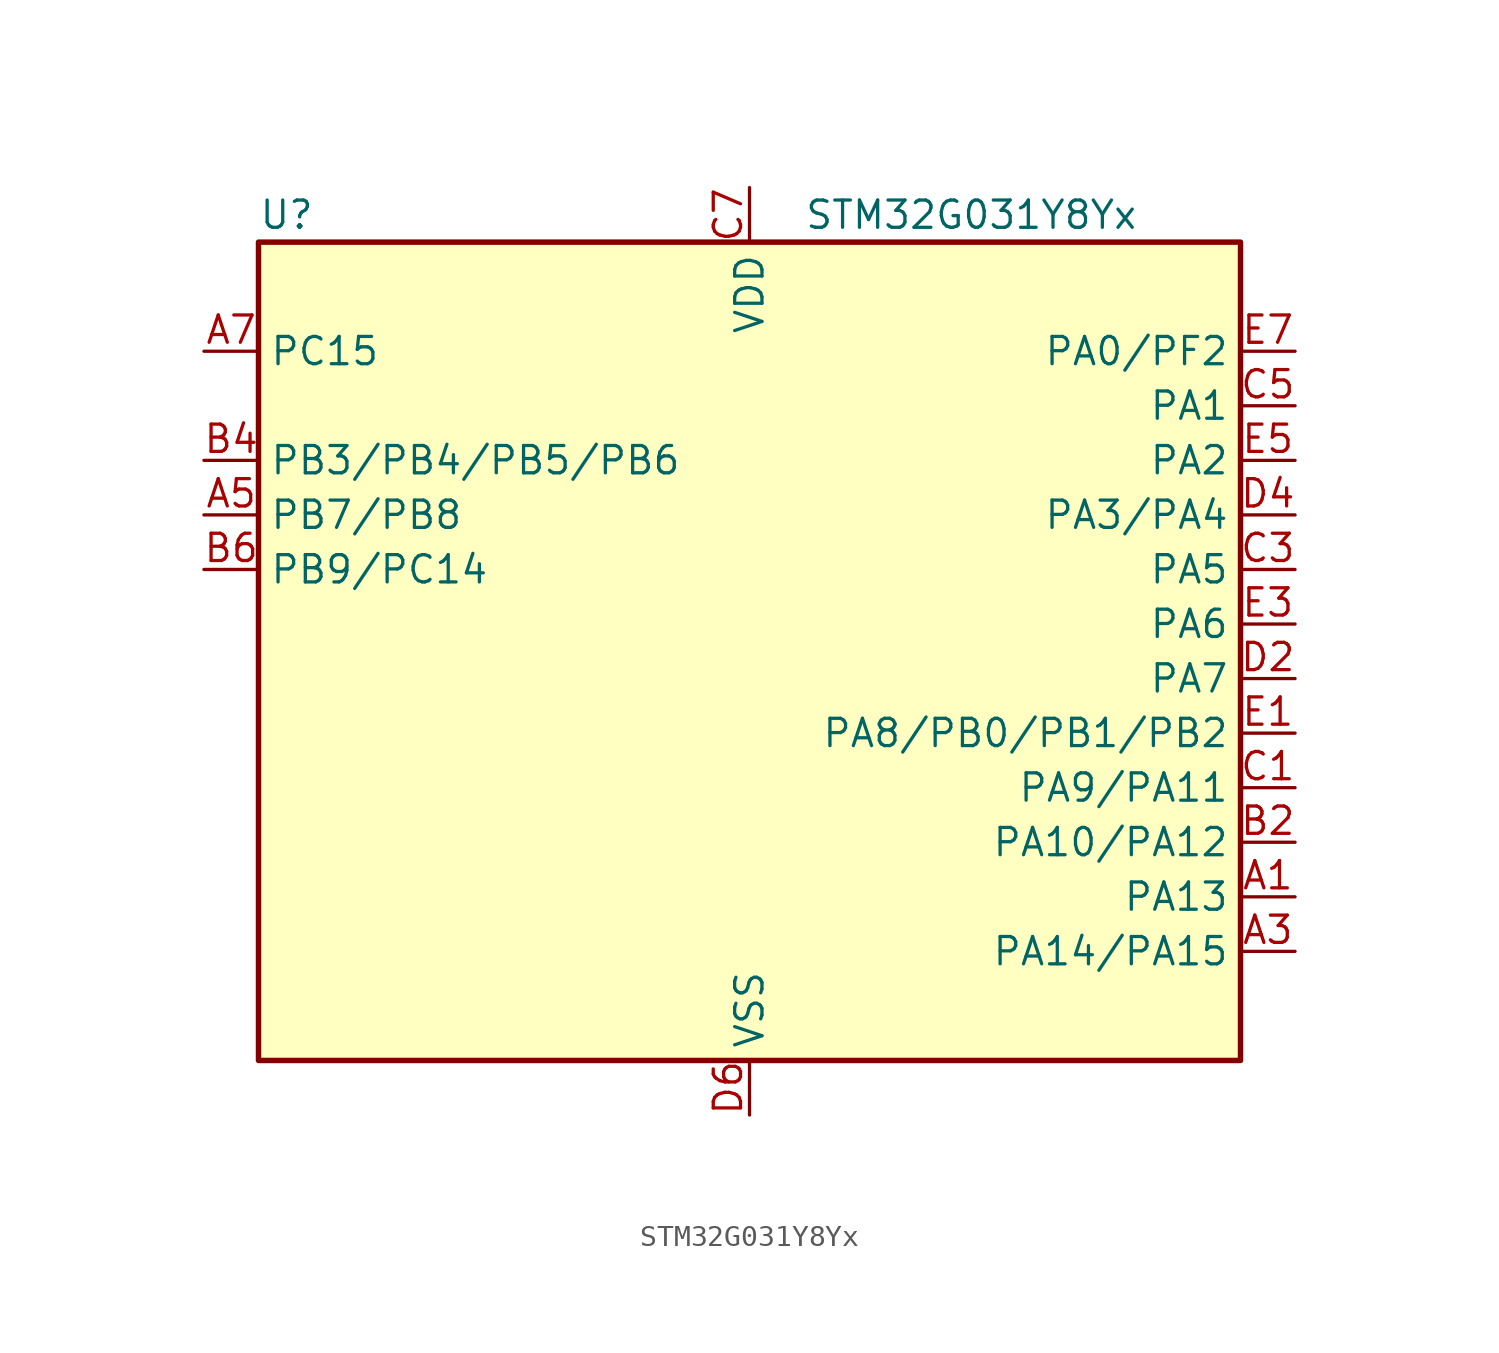
<source format=kicad_sym>
(kicad_symbol_lib
  (version 20231120)
  (generator "kicad-library-utils")
  (generator_version "8.0")
  (symbol "STM32G031Y8Yx"
    (property "Reference" "U"
      (at -22.86 21.59 0)
      (effects (font (size 1.27 1.27)) (justify left)))
    (property "Value" "STM32G031Y8Yx"
      (at 2.54 21.59 0)
      (effects (font (size 1.27 1.27)) (justify left)))
    (symbol "STM32G031Y8Yx_0_1"
      (rectangle (start -22.86 -17.78) (end 22.86 20.32) (stroke (width 0.254) (type default)) (fill (type background))))
    (symbol "STM32G031Y8Yx_1_1"
      (pin bidirectional line (at 25.4 -10.16 180) (length 2.54) (name "PA13" (effects (font (size 1.27 1.27)))) (number "A1" (effects (font (size 1.27 1.27)))) (alternate "ADC1_IN17" bidirectional line) (alternate "IR_OUT" bidirectional line) (alternate "SYS_SWDIO" bidirectional line))
      (pin bidirectional line (at 25.4 -12.7 180) (length 2.54) (name "PA14/PA15" (effects (font (size 1.27 1.27)))) (number "A3" (effects (font (size 1.27 1.27)))) (alternate "PA14" bidirectional line) (alternate "ADC1_IN18 (PA14)" bidirectional line) (alternate "SYS_SWCLK (PA14)" bidirectional line) (alternate "USART2_TX (PA14)" bidirectional line) (alternate "PA15" bidirectional line) (alternate "I2S1_WS (PA15)" bidirectional line) (alternate "SPI1_NSS (PA15)" bidirectional line) (alternate "TIM2_CH1 (PA15)" bidirectional line) (alternate "TIM2_ETR (PA15)" bidirectional line) (alternate "USART2_RX (PA15)" bidirectional line))
      (pin bidirectional line (at -25.4 7.62 0) (length 2.54) (name "PB7/PB8" (effects (font (size 1.27 1.27)))) (number "A5" (effects (font (size 1.27 1.27)))) (alternate "PB7" bidirectional line) (alternate "ADC1_IN11 (PB7)" bidirectional line) (alternate "I2C1_SDA (PB7)" bidirectional line) (alternate "LPTIM1_IN2 (PB7)" bidirectional line) (alternate "SPI2_MOSI (PB7)" bidirectional line) (alternate "SYS_PVD_IN (PB7)" bidirectional line) (alternate "TIM17_CH1N (PB7)" bidirectional line) (alternate "USART1_RX (PB7)" bidirectional line) (alternate "PB8" bidirectional line) (alternate "I2C1_SCL (PB8)" bidirectional line) (alternate "SPI2_SCK (PB8)" bidirectional line) (alternate "TIM16_CH1 (PB8)" bidirectional line))
      (pin bidirectional line (at -25.4 15.24 0) (length 2.54) (name "PC15" (effects (font (size 1.27 1.27)))) (number "A7" (effects (font (size 1.27 1.27)))) (alternate "RCC_OSC32_EN" bidirectional line) (alternate "RCC_OSC32_OUT" bidirectional line) (alternate "RCC_OSC_EN" bidirectional line))
      (pin bidirectional line (at 25.4 -7.62 180) (length 2.54) (name "PA10/PA12" (effects (font (size 1.27 1.27)))) (number "B2" (effects (font (size 1.27 1.27)))) (alternate "PA10" bidirectional line) (alternate "I2C1_SDA (PA10)" bidirectional line) (alternate "SPI2_MOSI (PA10)" bidirectional line) (alternate "TIM17_BK (PA10)" bidirectional line) (alternate "TIM1_CH3 (PA10)" bidirectional line) (alternate "USART1_RX (PA10)" bidirectional line) (alternate "PA12" bidirectional line) (alternate "ADC1_IN16 (PA12)" bidirectional line) (alternate "I2C2_SDA (PA12)" bidirectional line) (alternate "I2S1_SD (PA12)" bidirectional line) (alternate "I2S_CKIN (PA12)" bidirectional line) (alternate "SPI1_MOSI (PA12)" bidirectional line) (alternate "TIM1_ETR (PA12)" bidirectional line) (alternate "USART1_CK (PA12)" bidirectional line) (alternate "USART1_DE (PA12)" bidirectional line) (alternate "USART1_RTS (PA12)" bidirectional line))
      (pin bidirectional line (at -25.4 10.16 0) (length 2.54) (name "PB3/PB4/PB5/PB6" (effects (font (size 1.27 1.27)))) (number "B4" (effects (font (size 1.27 1.27)))) (alternate "PB3" bidirectional line) (alternate "I2S1_CK (PB3)" bidirectional line) (alternate "SPI1_SCK (PB3)" bidirectional line) (alternate "TIM1_CH2 (PB3)" bidirectional line) (alternate "TIM2_CH2 (PB3)" bidirectional line) (alternate "USART1_CK (PB3)" bidirectional line) (alternate "USART1_DE (PB3)" bidirectional line) (alternate "USART1_RTS (PB3)" bidirectional line) (alternate "PB4" bidirectional line) (alternate "I2S1_MCK (PB4)" bidirectional line) (alternate "SPI1_MISO (PB4)" bidirectional line) (alternate "TIM17_BK (PB4)" bidirectional line) (alternate "TIM3_CH1 (PB4)" bidirectional line) (alternate "USART1_CTS (PB4)" bidirectional line) (alternate "USART1_NSS (PB4)" bidirectional line) (alternate "PB5" bidirectional line) (alternate "I2C1_SMBA (PB5)" bidirectional line) (alternate "I2S1_SD (PB5)" bidirectional line) (alternate "LPTIM1_IN1 (PB5)" bidirectional line) (alternate "SPI1_MOSI (PB5)" bidirectional line) (alternate "SYS_WKUP6 (PB5)" bidirectional line) (alternate "TIM16_BK (PB5)" bidirectional line) (alternate "TIM3_CH2 (PB5)" bidirectional line) (alternate "PB6" bidirectional line) (alternate "I2C1_SCL (PB6)" bidirectional line) (alternate "LPTIM1_ETR (PB6)" bidirectional line) (alternate "SPI2_MISO (PB6)" bidirectional line) (alternate "TIM16_CH1N (PB6)" bidirectional line) (alternate "TIM1_CH3 (PB6)" bidirectional line) (alternate "USART1_TX (PB6)" bidirectional line))
      (pin bidirectional line (at -25.4 5.08 0) (length 2.54) (name "PB9/PC14" (effects (font (size 1.27 1.27)))) (number "B6" (effects (font (size 1.27 1.27)))) (alternate "PB9" bidirectional line) (alternate "I2C1_SDA (PB9)" bidirectional line) (alternate "IR_OUT (PB9)" bidirectional line) (alternate "SPI2_NSS (PB9)" bidirectional line) (alternate "TIM17_CH1 (PB9)" bidirectional line) (alternate "PC14" bidirectional line) (alternate "RCC_OSC32_IN (PC14)" bidirectional line) (alternate "RCC_OSC_IN (PC14)" bidirectional line) (alternate "TIM1_BK2 (PC14)" bidirectional line))
      (pin bidirectional line (at 25.4 -5.08 180) (length 2.54) (name "PA9/PA11" (effects (font (size 1.27 1.27)))) (number "C1" (effects (font (size 1.27 1.27)))) (alternate "PA9" bidirectional line) (alternate "I2C1_SCL (PA9)" bidirectional line) (alternate "RCC_MCO (PA9)" bidirectional line) (alternate "SPI2_MISO (PA9)" bidirectional line) (alternate "TIM1_CH2 (PA9)" bidirectional line) (alternate "USART1_TX (PA9)" bidirectional line) (alternate "PA11" bidirectional line) (alternate "ADC1_EXTI11 (PA11)" bidirectional line) (alternate "ADC1_IN15 (PA11)" bidirectional line) (alternate "I2C2_SCL (PA11)" bidirectional line) (alternate "I2S1_MCK (PA11)" bidirectional line) (alternate "SPI1_MISO (PA11)" bidirectional line) (alternate "TIM1_BK2 (PA11)" bidirectional line) (alternate "TIM1_CH4 (PA11)" bidirectional line) (alternate "USART1_CTS (PA11)" bidirectional line) (alternate "USART1_NSS (PA11)" bidirectional line))
      (pin bidirectional line (at 25.4 5.08 180) (length 2.54) (name "PA5" (effects (font (size 1.27 1.27)))) (number "C3" (effects (font (size 1.27 1.27)))) (alternate "ADC1_IN5" bidirectional line) (alternate "I2S1_CK" bidirectional line) (alternate "LPTIM2_ETR" bidirectional line) (alternate "SPI1_SCK" bidirectional line) (alternate "TIM2_CH1" bidirectional line) (alternate "TIM2_ETR" bidirectional line))
      (pin bidirectional line (at 25.4 12.7 180) (length 2.54) (name "PA1" (effects (font (size 1.27 1.27)))) (number "C5" (effects (font (size 1.27 1.27)))) (alternate "ADC1_IN1" bidirectional line) (alternate "I2C1_SMBA" bidirectional line) (alternate "I2S1_CK" bidirectional line) (alternate "SPI1_SCK" bidirectional line) (alternate "TIM2_CH2" bidirectional line) (alternate "USART2_CK" bidirectional line) (alternate "USART2_DE" bidirectional line) (alternate "USART2_RTS" bidirectional line))
      (pin power_in line (at 0 22.86 270) (length 2.54) (name "VDD" (effects (font (size 1.27 1.27)))) (number "C7" (effects (font (size 1.27 1.27)))))
      (pin bidirectional line (at 25.4 0 180) (length 2.54) (name "PA7" (effects (font (size 1.27 1.27)))) (number "D2" (effects (font (size 1.27 1.27)))) (alternate "ADC1_IN7" bidirectional line) (alternate "I2S1_SD" bidirectional line) (alternate "SPI1_MOSI" bidirectional line) (alternate "TIM14_CH1" bidirectional line) (alternate "TIM17_CH1" bidirectional line) (alternate "TIM1_CH1N" bidirectional line) (alternate "TIM3_CH2" bidirectional line))
      (pin bidirectional line (at 25.4 7.62 180) (length 2.54) (name "PA3/PA4" (effects (font (size 1.27 1.27)))) (number "D4" (effects (font (size 1.27 1.27)))) (alternate "PA3" bidirectional line) (alternate "ADC1_IN3 (PA3)" bidirectional line) (alternate "LPUART1_RX (PA3)" bidirectional line) (alternate "SPI2_MISO (PA3)" bidirectional line) (alternate "TIM2_CH4 (PA3)" bidirectional line) (alternate "USART2_RX (PA3)" bidirectional line) (alternate "PA4" bidirectional line) (alternate "ADC1_IN4 (PA4)" bidirectional line) (alternate "I2S1_WS (PA4)" bidirectional line) (alternate "LPTIM2_OUT (PA4)" bidirectional line) (alternate "RTC_OUT_ALARM (PA4)" bidirectional line) (alternate "RTC_OUT_CALIB (PA4)" bidirectional line) (alternate "RTC_TAMP_IN1 (PA4)" bidirectional line) (alternate "RTC_TS (PA4)" bidirectional line) (alternate "SPI1_NSS (PA4)" bidirectional line) (alternate "SPI2_MOSI (PA4)" bidirectional line) (alternate "SYS_WKUP2 (PA4)" bidirectional line) (alternate "TIM14_CH1 (PA4)" bidirectional line))
      (pin power_in line (at 0 -20.32 90) (length 2.54) (name "VSS" (effects (font (size 1.27 1.27)))) (number "D6" (effects (font (size 1.27 1.27)))))
      (pin bidirectional line (at 25.4 -2.54 180) (length 2.54) (name "PA8/PB0/PB1/PB2" (effects (font (size 1.27 1.27)))) (number "E1" (effects (font (size 1.27 1.27)))) (alternate "PA8" bidirectional line) (alternate "LPTIM2_OUT (PA8)" bidirectional line) (alternate "RCC_MCO (PA8)" bidirectional line) (alternate "SPI2_NSS (PA8)" bidirectional line) (alternate "TIM1_CH1 (PA8)" bidirectional line) (alternate "PB0" bidirectional line) (alternate "ADC1_IN8 (PB0)" bidirectional line) (alternate "I2S1_WS (PB0)" bidirectional line) (alternate "LPTIM1_OUT (PB0)" bidirectional line) (alternate "SPI1_NSS (PB0)" bidirectional line) (alternate "TIM1_CH2N (PB0)" bidirectional line) (alternate "TIM3_CH3 (PB0)" bidirectional line) (alternate "PB1" bidirectional line) (alternate "ADC1_IN9 (PB1)" bidirectional line) (alternate "LPTIM2_IN1 (PB1)" bidirectional line) (alternate "LPUART1_DE (PB1)" bidirectional line) (alternate "LPUART1_RTS (PB1)" bidirectional line) (alternate "TIM14_CH1 (PB1)" bidirectional line) (alternate "TIM1_CH3N (PB1)" bidirectional line) (alternate "TIM3_CH4 (PB1)" bidirectional line) (alternate "PB2" bidirectional line) (alternate "ADC1_IN10 (PB2)" bidirectional line) (alternate "LPTIM1_OUT (PB2)" bidirectional line) (alternate "SPI2_MISO (PB2)" bidirectional line))
      (pin bidirectional line (at 25.4 2.54 180) (length 2.54) (name "PA6" (effects (font (size 1.27 1.27)))) (number "E3" (effects (font (size 1.27 1.27)))) (alternate "ADC1_IN6" bidirectional line) (alternate "I2S1_MCK" bidirectional line) (alternate "LPUART1_CTS" bidirectional line) (alternate "SPI1_MISO" bidirectional line) (alternate "TIM16_CH1" bidirectional line) (alternate "TIM1_BK" bidirectional line) (alternate "TIM3_CH1" bidirectional line))
      (pin bidirectional line (at 25.4 10.16 180) (length 2.54) (name "PA2" (effects (font (size 1.27 1.27)))) (number "E5" (effects (font (size 1.27 1.27)))) (alternate "ADC1_IN2" bidirectional line) (alternate "I2S1_SD" bidirectional line) (alternate "LPUART1_TX" bidirectional line) (alternate "RCC_LSCO" bidirectional line) (alternate "SPI1_MOSI" bidirectional line) (alternate "SYS_WKUP4" bidirectional line) (alternate "TIM2_CH3" bidirectional line) (alternate "USART2_TX" bidirectional line))
      (pin bidirectional line (at 25.4 15.24 180) (length 2.54) (name "PA0/PF2" (effects (font (size 1.27 1.27)))) (number "E7" (effects (font (size 1.27 1.27)))) (alternate "PA0" bidirectional line) (alternate "ADC1_IN0 (PA0)" bidirectional line) (alternate "LPTIM1_OUT (PA0)" bidirectional line) (alternate "RTC_TAMP_IN2 (PA0)" bidirectional line) (alternate "SPI2_SCK (PA0)" bidirectional line) (alternate "SYS_WKUP1 (PA0)" bidirectional line) (alternate "TIM2_CH1 (PA0)" bidirectional line) (alternate "TIM2_ETR (PA0)" bidirectional line) (alternate "USART2_CTS (PA0)" bidirectional line) (alternate "USART2_NSS (PA0)" bidirectional line) (alternate "PF2" bidirectional line) (alternate "RCC_MCO (PF2)" bidirectional line)))))
</source>
